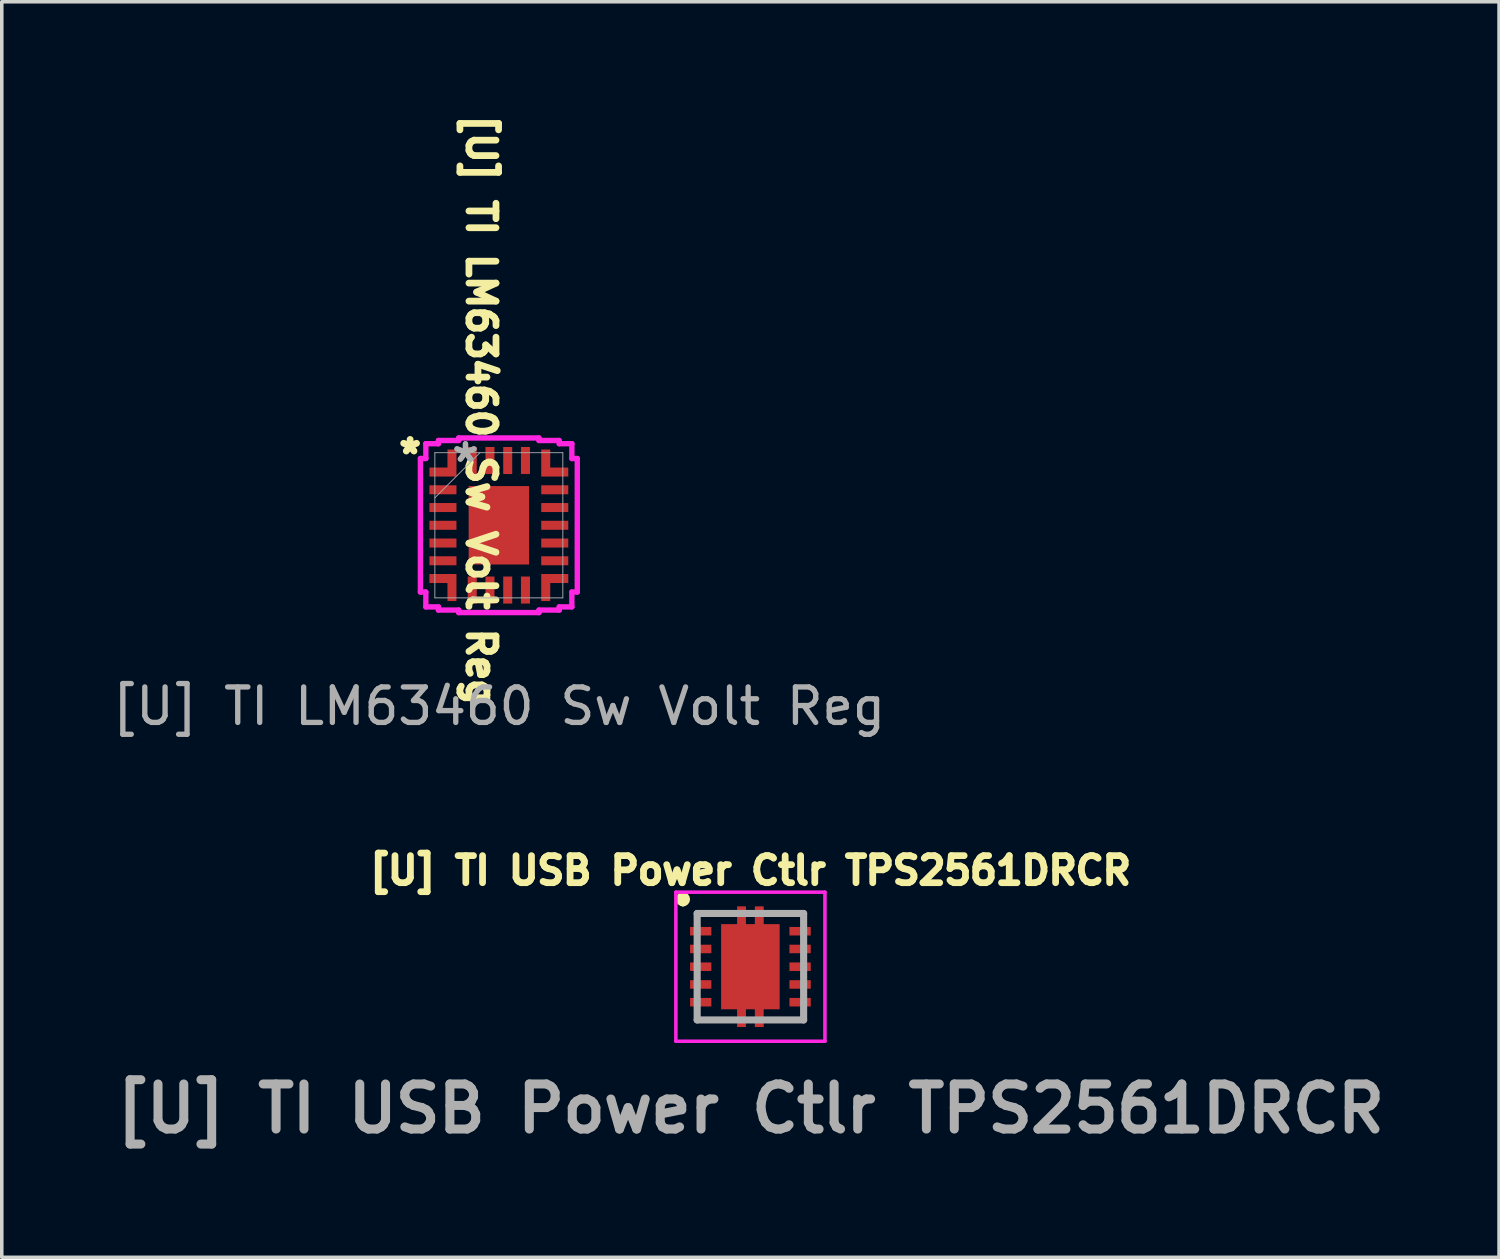
<source format=kicad_pcb>
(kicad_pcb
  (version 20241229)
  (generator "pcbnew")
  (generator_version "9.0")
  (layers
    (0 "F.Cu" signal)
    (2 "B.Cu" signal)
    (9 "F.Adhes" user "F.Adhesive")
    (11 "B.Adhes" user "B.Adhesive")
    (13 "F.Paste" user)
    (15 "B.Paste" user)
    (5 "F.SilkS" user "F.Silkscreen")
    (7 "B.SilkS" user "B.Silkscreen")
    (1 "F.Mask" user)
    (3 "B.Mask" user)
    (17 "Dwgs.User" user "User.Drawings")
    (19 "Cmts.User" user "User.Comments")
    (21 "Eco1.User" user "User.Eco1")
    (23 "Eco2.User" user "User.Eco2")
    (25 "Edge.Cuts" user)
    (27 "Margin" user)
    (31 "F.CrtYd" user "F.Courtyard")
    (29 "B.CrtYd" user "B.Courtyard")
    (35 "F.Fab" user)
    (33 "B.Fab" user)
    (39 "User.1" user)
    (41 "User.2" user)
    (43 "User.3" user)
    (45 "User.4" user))
  (footprint "[U] TI USB Power Ctlr TPS2561DRCR"
    (layer "F.Cu")
    (at 18.094 24.189)
    (property "Reference" "[U] TI USB Power Ctlr TPS2561DRCR" (at 0 -2.71 180) (layer "F.SilkS") (effects (font (size 0.762 0.762) (thickness 0.191) (bold yes))))
    (attr smd)
    (fp_line (start -1.9 -2) (end -1.9 -2) (stroke (width 0.2) (type solid)) (layer "F.SilkS"))
    (fp_line (start -1.9 -1.8) (end -1.9 -1.8) (stroke (width 0.2) (type solid)) (layer "F.SilkS"))
    (fp_line (start -1.5 -1.5) (end -0.6 -1.5) (stroke (width 0.1) (type solid)) (layer "F.SilkS"))
    (fp_line (start -1.5 -1.3) (end -1.5 -1.5) (stroke (width 0.1) (type solid)) (layer "F.SilkS"))
    (fp_line (start -1.5 1.3) (end -1.5 1.5) (stroke (width 0.1) (type solid)) (layer "F.SilkS"))
    (fp_line (start -1.5 1.5) (end -0.6 1.5) (stroke (width 0.1) (type solid)) (layer "F.SilkS"))
    (fp_line (start 0.6 -1.5) (end 1.5 -1.5) (stroke (width 0.1) (type solid)) (layer "F.SilkS"))
    (fp_line (start 0.6 1.5) (end 1.5 1.5) (stroke (width 0.1) (type solid)) (layer "F.SilkS"))
    (fp_line (start 1.5 -1.5) (end 1.5 -1.3) (stroke (width 0.1) (type solid)) (layer "F.SilkS"))
    (fp_line (start 1.5 1.5) (end 1.5 1.3) (stroke (width 0.1) (type solid)) (layer "F.SilkS"))
    (fp_arc (start -1.9 -2) (mid -1.8 -1.9) (end -1.9 -1.8) (stroke (width 0.2) (type solid)) (layer "F.SilkS"))
    (fp_arc (start -1.9 -1.8) (mid -2 -1.9) (end -1.9 -2) (stroke (width 0.2) (type solid)) (layer "F.SilkS"))
    (fp_line (start -2.1 -2.1) (end 2.1 -2.1) (stroke (width 0.1) (type solid)) (layer "F.CrtYd"))
    (fp_line (start -2.1 2.1) (end -2.1 -2.1) (stroke (width 0.1) (type solid)) (layer "F.CrtYd"))
    (fp_line (start 2.1 -2.1) (end 2.1 2.1) (stroke (width 0.1) (type solid)) (layer "F.CrtYd"))
    (fp_line (start 2.1 2.1) (end -2.1 2.1) (stroke (width 0.1) (type solid)) (layer "F.CrtYd"))
    (fp_line (start -1.5 -1.5) (end 1.5 -1.5) (stroke (width 0.2) (type solid)) (layer "F.Fab"))
    (fp_line (start -1.5 1.5) (end -1.5 -1.5) (stroke (width 0.2) (type solid)) (layer "F.Fab"))
    (fp_line (start 1.5 -1.5) (end 1.5 1.5) (stroke (width 0.2) (type solid)) (layer "F.Fab"))
    (fp_line (start 1.5 1.5) (end -1.5 1.5) (stroke (width 0.2) (type solid)) (layer "F.Fab"))
    (fp_text user "${REFERENCE}" (at 0 4 0) (layer "F.Fab") (effects (font (size 1.27 1.27) (thickness 0.254))))
    (pad "1" smd rect (at -1.4 -1 90) (size 0.24 0.6) (layers "F.Cu" "F.Mask" "F.Paste"))
    (pad "2" smd rect (at -1.4 -0.5 90) (size 0.24 0.6) (layers "F.Cu" "F.Mask" "F.Paste"))
    (pad "3" smd rect (at -1.4 0 90) (size 0.24 0.6) (layers "F.Cu" "F.Mask" "F.Paste"))
    (pad "4" smd rect (at -1.4 0.5 90) (size 0.24 0.6) (layers "F.Cu" "F.Mask" "F.Paste"))
    (pad "5" smd rect (at -1.4 1 90) (size 0.24 0.6) (layers "F.Cu" "F.Mask" "F.Paste"))
    (pad "6" smd rect (at 1.4 1 90) (size 0.24 0.6) (layers "F.Cu" "F.Mask" "F.Paste"))
    (pad "7" smd rect (at 1.4 0.5 90) (size 0.24 0.6) (layers "F.Cu" "F.Mask" "F.Paste"))
    (pad "8" smd rect (at 1.4 0 90) (size 0.24 0.6) (layers "F.Cu" "F.Mask" "F.Paste"))
    (pad "9" smd rect (at 1.4 -0.5 90) (size 0.24 0.6) (layers "F.Cu" "F.Mask" "F.Paste"))
    (pad "10" smd rect (at 1.4 -1 90) (size 0.24 0.6) (layers "F.Cu" "F.Mask" "F.Paste"))
    (pad "EP1" smd custom (at 0 0) (size 1.65 2.4) (layers "F.Cu" "F.Mask" "F.Paste") (options (anchor rect)) (primitives (gr_rect (start -0.375 -1.7) (end -0.125 -1.175) (width 0) (fill yes)) (gr_rect (start -0.375 1.175) (end -0.125 1.7) (width 0) (fill yes)) (gr_rect (start 0.125 -1.7) (end 0.375 -1.175) (width 0) (fill yes)) (gr_rect (start 0.125 1.175) (end 0.375 1.7) (width 0) (fill yes)))))
  (footprint "[U] TI LM63460 Sw Volt Reg"
    (layer "F.Cu")
    (at 11.006 11.751)
    (property "Reference" "[U] TI LM63460 Sw Volt Reg" (at -0.5 -3.25 270) (unlocked yes) (layer "F.SilkS") (effects (font (size 0.762 0.762) (thickness 0.191) (bold yes))))
    (attr smd)
    (fp_line (start -2.21 -1.881) (end -2.21 1.881) (stroke (width 0.152) (type solid)) (layer "F.CrtYd"))
    (fp_line (start -2.21 1.881) (end -2.057 1.881) (stroke (width 0.152) (type solid)) (layer "F.CrtYd"))
    (fp_line (start -2.057 -2.299) (end -2.057 -1.881) (stroke (width 0.152) (type solid)) (layer "F.CrtYd"))
    (fp_line (start -2.057 -1.881) (end -2.21 -1.881) (stroke (width 0.152) (type solid)) (layer "F.CrtYd"))
    (fp_line (start -2.057 1.881) (end -2.057 2.299) (stroke (width 0.152) (type solid)) (layer "F.CrtYd"))
    (fp_line (start -2.057 2.299) (end -1.702 2.299) (stroke (width 0.152) (type solid)) (layer "F.CrtYd"))
    (fp_line (start -1.702 -2.389) (end -1.702 -2.299) (stroke (width 0.152) (type solid)) (layer "F.CrtYd"))
    (fp_line (start -1.702 -2.299) (end -2.057 -2.299) (stroke (width 0.152) (type solid)) (layer "F.CrtYd"))
    (fp_line (start -1.702 2.299) (end -1.702 2.389) (stroke (width 0.152) (type solid)) (layer "F.CrtYd"))
    (fp_line (start -1.702 2.389) (end -1.131 2.389) (stroke (width 0.152) (type solid)) (layer "F.CrtYd"))
    (fp_line (start -1.131 -2.46) (end -1.131 -2.389) (stroke (width 0.152) (type solid)) (layer "F.CrtYd"))
    (fp_line (start -1.131 -2.389) (end -1.702 -2.389) (stroke (width 0.152) (type solid)) (layer "F.CrtYd"))
    (fp_line (start -1.131 2.389) (end -1.131 2.46) (stroke (width 0.152) (type solid)) (layer "F.CrtYd"))
    (fp_line (start -1.131 2.46) (end 1.131 2.46) (stroke (width 0.152) (type solid)) (layer "F.CrtYd"))
    (fp_line (start 1.131 -2.46) (end -1.131 -2.46) (stroke (width 0.152) (type solid)) (layer "F.CrtYd"))
    (fp_line (start 1.131 -2.389) (end 1.131 -2.46) (stroke (width 0.152) (type solid)) (layer "F.CrtYd"))
    (fp_line (start 1.131 2.389) (end 1.702 2.389) (stroke (width 0.152) (type solid)) (layer "F.CrtYd"))
    (fp_line (start 1.131 2.46) (end 1.131 2.389) (stroke (width 0.152) (type solid)) (layer "F.CrtYd"))
    (fp_line (start 1.702 -2.389) (end 1.131 -2.389) (stroke (width 0.152) (type solid)) (layer "F.CrtYd"))
    (fp_line (start 1.702 -2.299) (end 1.702 -2.389) (stroke (width 0.152) (type solid)) (layer "F.CrtYd"))
    (fp_line (start 1.702 2.299) (end 2.057 2.299) (stroke (width 0.152) (type solid)) (layer "F.CrtYd"))
    (fp_line (start 1.702 2.389) (end 1.702 2.299) (stroke (width 0.152) (type solid)) (layer "F.CrtYd"))
    (fp_line (start 2.057 -2.299) (end 1.702 -2.299) (stroke (width 0.152) (type solid)) (layer "F.CrtYd"))
    (fp_line (start 2.057 -1.881) (end 2.057 -2.299) (stroke (width 0.152) (type solid)) (layer "F.CrtYd"))
    (fp_line (start 2.057 1.881) (end 2.21 1.881) (stroke (width 0.152) (type solid)) (layer "F.CrtYd"))
    (fp_line (start 2.057 2.299) (end 2.057 1.881) (stroke (width 0.152) (type solid)) (layer "F.CrtYd"))
    (fp_line (start 2.21 -1.881) (end 2.057 -1.881) (stroke (width 0.152) (type solid)) (layer "F.CrtYd"))
    (fp_line (start 2.21 1.881) (end 2.21 -1.881) (stroke (width 0.152) (type solid)) (layer "F.CrtYd"))
    (fp_line (start -1.803 -2.045) (end -1.803 2.045) (stroke (width 0.025) (type solid)) (layer "F.Fab"))
    (fp_line (start -1.803 -0.775) (end -0.533 -2.045) (stroke (width 0.025) (type solid)) (layer "F.Fab"))
    (fp_line (start -1.803 2.045) (end 1.803 2.045) (stroke (width 0.025) (type solid)) (layer "F.Fab"))
    (fp_line (start 1.803 -2.045) (end -1.803 -2.045) (stroke (width 0.025) (type solid)) (layer "F.Fab"))
    (fp_line (start 1.803 2.045) (end 1.803 -2.045) (stroke (width 0.025) (type solid)) (layer "F.Fab"))
    (fp_text user "*" (at -2.5 -2 0) (layer "F.SilkS") (effects (font (size 0.762 0.762) (thickness 0.191) (bold yes))))
    (fp_text user "*" (at -0.94 -1.75 0) (unlocked yes) (layer "F.Fab") (effects (font (size 1 1) (thickness 0.15))))
    (fp_text user "*" (at -0.94 -1.75 0) (layer "F.Fab") (effects (font (size 1 1) (thickness 0.15))))
    (fp_text user "${REFERENCE}" (at 0 5.1 0) (unlocked yes) (layer "F.Fab") (effects (font (size 1 1) (thickness 0.15))))
    (pad "1" smd custom (at -1.575 -1.5 90) (size 0.254 0.762) (layers "F.Cu" "F.Mask" "F.Paste") (options (anchor rect)) (primitives (gr_poly (pts (xy 0.127 -0.381) (xy -0.127 -0.381) (xy -0.127 0.381) (xy 0.635 0.381) (xy 0.635 0.127) (xy 0.127 0.127)) (width 0) (fill yes)) (gr_rect (start 0.127 0.127) (end 0.635 0.381) (width 0) (fill yes))))
    (pad "2" smd rect (at -1.575 -1 90) (size 0.254 0.762) (layers "F.Cu" "F.Mask" "F.Paste"))
    (pad "3" smd rect (at -1.575 -0.5 90) (size 0.254 0.762) (layers "F.Cu" "F.Mask" "F.Paste"))
    (pad "4" smd rect (at -1.575 0 90) (size 0.254 0.762) (layers "F.Cu" "F.Mask" "F.Paste"))
    (pad "5" smd rect (at -1.575 0.5 90) (size 0.254 0.762) (layers "F.Cu" "F.Mask" "F.Paste"))
    (pad "6" smd rect (at -1.575 1 90) (size 0.254 0.762) (layers "F.Cu" "F.Mask" "F.Paste"))
    (pad "7" smd custom (at -1.578 1.499 90) (size 0.252 0.756) (layers "F.Cu" "F.Mask" "F.Paste") (options (anchor rect)) (primitives (gr_poly (pts (xy 0.126 -0.378) (xy 0.126 0.384) (xy -0.636 0.384) (xy -0.636 0.13) (xy -0.128 0.13) (xy -0.128 -0.378)) (width 0) (fill yes)) (gr_rect (start -0.636 0.13) (end -0.126 0.378) (width 0) (fill yes))))
    (pad "8" smd rect (at -0.75 1.825) (size 0.254 0.762) (layers "F.Cu" "F.Mask" "F.Paste"))
    (pad "9" smd rect (at -0.25 1.825) (size 0.254 0.762) (layers "F.Cu" "F.Mask" "F.Paste"))
    (pad "10" smd rect (at 0.25 1.825) (size 0.254 0.762) (layers "F.Cu" "F.Mask" "F.Paste"))
    (pad "11" smd rect (at 0.75 1.825) (size 0.254 0.762) (layers "F.Cu" "F.Mask" "F.Paste"))
    (pad "12" smd custom (at 1.575 1.5 90) (size 0.254 0.762) (layers "F.Cu" "F.Mask" "F.Paste") (options (anchor rect)) (primitives (gr_poly (pts (xy 0.127 0.381) (xy 0.127 -0.381) (xy -0.635 -0.381) (xy -0.635 -0.127) (xy -0.127 -0.127) (xy -0.127 0.381)) (width 0) (fill yes)) (gr_rect (start -0.635 -0.381) (end -0.127 -0.127) (width 0) (fill yes))))
    (pad "13" smd rect (at 1.575 1 90) (size 0.254 0.762) (layers "F.Cu" "F.Mask" "F.Paste"))
    (pad "14" smd rect (at 1.575 0.5 90) (size 0.254 0.762) (layers "F.Cu" "F.Mask" "F.Paste"))
    (pad "15" smd rect (at 1.575 0 90) (size 0.254 0.762) (layers "F.Cu" "F.Mask" "F.Paste"))
    (pad "16" smd rect (at 1.575 -0.5 90) (size 0.254 0.762) (layers "F.Cu" "F.Mask" "F.Paste"))
    (pad "17" smd rect (at 1.575 -1 90) (size 0.254 0.762) (layers "F.Cu" "F.Mask" "F.Paste"))
    (pad "18" smd custom (at 1.578 -1.499 90) (size 0.252 0.756) (layers "F.Cu" "F.Mask" "F.Paste") (options (anchor rect)) (primitives (gr_poly (pts (xy 0.636 -0.384) (xy -0.126 -0.384) (xy -0.126 0.378) (xy 0.128 0.378) (xy 0.128 -0.13) (xy 0.636 -0.13)) (width 0) (fill yes)) (gr_rect (start 0.128 -0.384) (end 0.636 -0.13) (width 0) (fill yes))))
    (pad "19" smd rect (at 0.75 -1.825) (size 0.254 0.762) (layers "F.Cu" "F.Mask" "F.Paste"))
    (pad "20" smd rect (at 0.25 -1.825) (size 0.254 0.762) (layers "F.Cu" "F.Mask" "F.Paste"))
    (pad "21" smd rect (at -0.25 -1.825) (size 0.254 0.762) (layers "F.Cu" "F.Mask" "F.Paste"))
    (pad "22" smd rect (at -0.75 -1.825) (size 0.254 0.762) (layers "F.Cu" "F.Mask" "F.Paste"))
    (pad "23" smd rect (at 0 0) (size 1.702 2.21) (layers "F.Cu" "F.Mask" "F.Paste")))
  (gr_rect
    (start -3 -3)
    (end 39.189 32.378)
    (stroke (width 0.1) (type default))
    (fill no)
    (layer "Edge.Cuts")))
</source>
